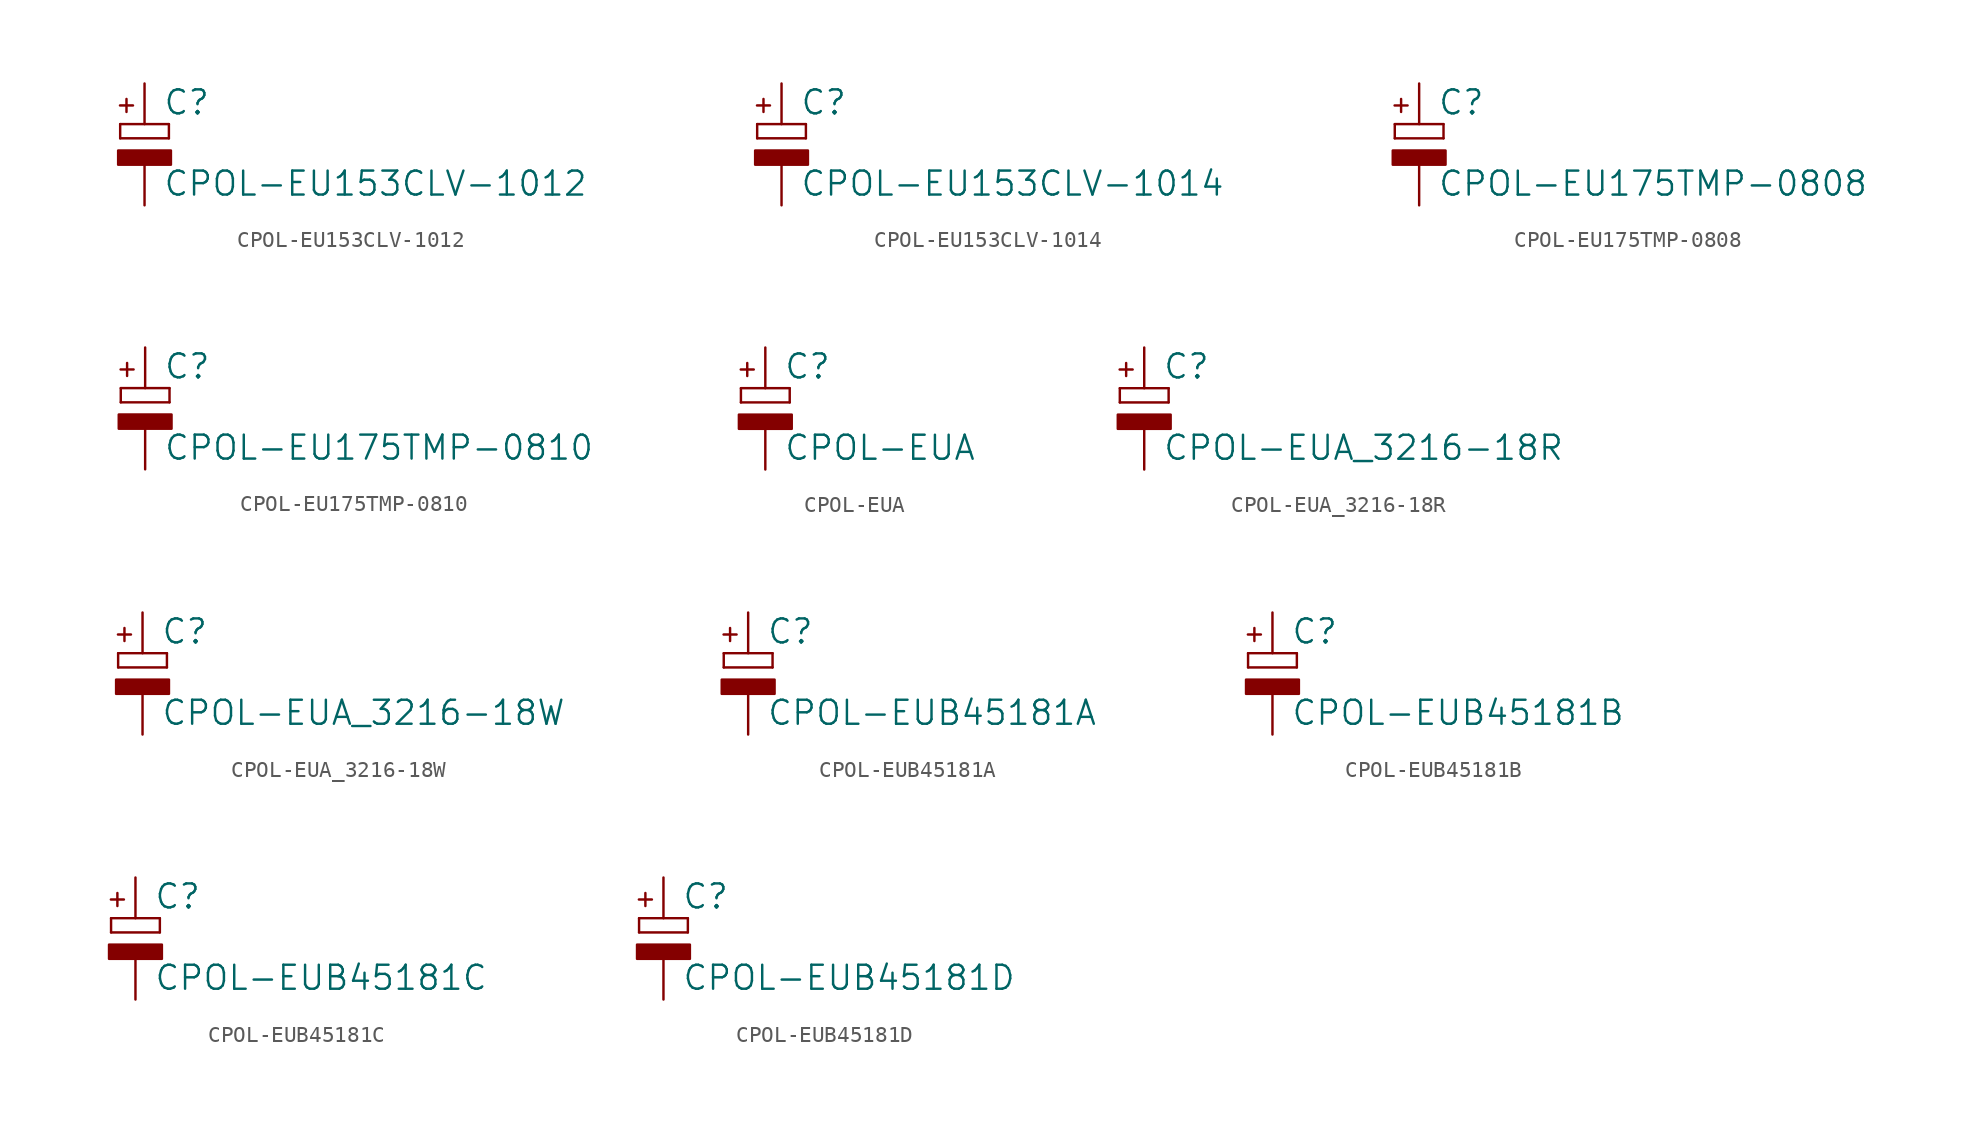
<source format=kicad_sym>
(kicad_symbol_lib
  (version 20211014)
  (generator kicad_symbol_editor)
  (symbol "CPOL-EU153CLV-1012"
    (pin_names
      (offset 1.016))
    (property "Reference" "C"
      (at 1.143 0.483 0)
      (effects (font (size 1.499 1.499)) (justify left bottom)))
    (property "Value" "CPOL-EU153CLV-1012"
      (at 1.143 -4.597 0)
      (effects (font (size 1.499 1.499)) (justify left bottom)))
    (property "ki_locked" ""
      (at 0 0 0)
      (effects (font (size 1.27 1.27))))
    (symbol "CPOL-EU153CLV-1012_1_0"
      (rectangle (start -1.651 -2.54) (end 1.651 -1.651) (stroke (width 0) (type default) (color 0 0 0 0)) (fill (type outline)))
      (polyline (pts (xy -1.524 -0.889) (xy 1.524 -0.889)) (stroke (width 0) (type default) (color 0 0 0 0)) (fill (type none)))
      (polyline (pts (xy -1.524 0) (xy -1.524 -0.889)) (stroke (width 0) (type default) (color 0 0 0 0)) (fill (type none)))
      (polyline (pts (xy -1.524 0) (xy 1.524 0)) (stroke (width 0) (type default) (color 0 0 0 0)) (fill (type none)))
      (polyline (pts (xy 1.524 -0.889) (xy 1.524 0)) (stroke (width 0) (type default) (color 0 0 0 0)) (fill (type none)))
      (text "+" (at -0.584 0.406 900) (effects (font (size 1.067 1.067)) (justify left bottom)))
      (pin passive line (at 0 2.54 270) (length 2.54) (name "+" (effects (font (size 0 0)))) (number "+" (effects (font (size 0 0)))))
      (pin passive line (at 0 -5.08 90) (length 2.54) (name "-" (effects (font (size 0 0)))) (number "-" (effects (font (size 0 0)))))))
  (symbol "CPOL-EU153CLV-1014"
    (pin_names
      (offset 1.016))
    (property "Reference" "C"
      (at 1.143 0.483 0)
      (effects (font (size 1.499 1.499)) (justify left bottom)))
    (property "Value" "CPOL-EU153CLV-1014"
      (at 1.143 -4.597 0)
      (effects (font (size 1.499 1.499)) (justify left bottom)))
    (property "ki_locked" ""
      (at 0 0 0)
      (effects (font (size 1.27 1.27))))
    (symbol "CPOL-EU153CLV-1014_1_0"
      (rectangle (start -1.651 -2.54) (end 1.651 -1.651) (stroke (width 0) (type default) (color 0 0 0 0)) (fill (type outline)))
      (polyline (pts (xy -1.524 -0.889) (xy 1.524 -0.889)) (stroke (width 0) (type default) (color 0 0 0 0)) (fill (type none)))
      (polyline (pts (xy -1.524 0) (xy -1.524 -0.889)) (stroke (width 0) (type default) (color 0 0 0 0)) (fill (type none)))
      (polyline (pts (xy -1.524 0) (xy 1.524 0)) (stroke (width 0) (type default) (color 0 0 0 0)) (fill (type none)))
      (polyline (pts (xy 1.524 -0.889) (xy 1.524 0)) (stroke (width 0) (type default) (color 0 0 0 0)) (fill (type none)))
      (text "+" (at -0.584 0.406 900) (effects (font (size 1.067 1.067)) (justify left bottom)))
      (pin passive line (at 0 2.54 270) (length 2.54) (name "+" (effects (font (size 0 0)))) (number "+" (effects (font (size 0 0)))))
      (pin passive line (at 0 -5.08 90) (length 2.54) (name "-" (effects (font (size 0 0)))) (number "-" (effects (font (size 0 0)))))))
  (symbol "CPOL-EU175TMP-0808"
    (pin_names
      (offset 1.016))
    (property "Reference" "C"
      (at 1.143 0.483 0)
      (effects (font (size 1.499 1.499)) (justify left bottom)))
    (property "Value" "CPOL-EU175TMP-0808"
      (at 1.143 -4.597 0)
      (effects (font (size 1.499 1.499)) (justify left bottom)))
    (property "ki_locked" ""
      (at 0 0 0)
      (effects (font (size 1.27 1.27))))
    (symbol "CPOL-EU175TMP-0808_1_0"
      (rectangle (start -1.651 -2.54) (end 1.651 -1.651) (stroke (width 0) (type default) (color 0 0 0 0)) (fill (type outline)))
      (polyline (pts (xy -1.524 -0.889) (xy 1.524 -0.889)) (stroke (width 0) (type default) (color 0 0 0 0)) (fill (type none)))
      (polyline (pts (xy -1.524 0) (xy -1.524 -0.889)) (stroke (width 0) (type default) (color 0 0 0 0)) (fill (type none)))
      (polyline (pts (xy -1.524 0) (xy 1.524 0)) (stroke (width 0) (type default) (color 0 0 0 0)) (fill (type none)))
      (polyline (pts (xy 1.524 -0.889) (xy 1.524 0)) (stroke (width 0) (type default) (color 0 0 0 0)) (fill (type none)))
      (text "+" (at -0.584 0.406 900) (effects (font (size 1.067 1.067)) (justify left bottom)))
      (pin passive line (at 0 2.54 270) (length 2.54) (name "+" (effects (font (size 0 0)))) (number "+" (effects (font (size 0 0)))))
      (pin passive line (at 0 -5.08 90) (length 2.54) (name "-" (effects (font (size 0 0)))) (number "-" (effects (font (size 0 0)))))))
  (symbol "CPOL-EU175TMP-0810"
    (pin_names
      (offset 1.016))
    (property "Reference" "C"
      (at 1.143 0.483 0)
      (effects (font (size 1.499 1.499)) (justify left bottom)))
    (property "Value" "CPOL-EU175TMP-0810"
      (at 1.143 -4.597 0)
      (effects (font (size 1.499 1.499)) (justify left bottom)))
    (property "ki_locked" ""
      (at 0 0 0)
      (effects (font (size 1.27 1.27))))
    (symbol "CPOL-EU175TMP-0810_1_0"
      (rectangle (start -1.651 -2.54) (end 1.651 -1.651) (stroke (width 0) (type default) (color 0 0 0 0)) (fill (type outline)))
      (polyline (pts (xy -1.524 -0.889) (xy 1.524 -0.889)) (stroke (width 0) (type default) (color 0 0 0 0)) (fill (type none)))
      (polyline (pts (xy -1.524 0) (xy -1.524 -0.889)) (stroke (width 0) (type default) (color 0 0 0 0)) (fill (type none)))
      (polyline (pts (xy -1.524 0) (xy 1.524 0)) (stroke (width 0) (type default) (color 0 0 0 0)) (fill (type none)))
      (polyline (pts (xy 1.524 -0.889) (xy 1.524 0)) (stroke (width 0) (type default) (color 0 0 0 0)) (fill (type none)))
      (text "+" (at -0.584 0.406 900) (effects (font (size 1.067 1.067)) (justify left bottom)))
      (pin passive line (at 0 2.54 270) (length 2.54) (name "+" (effects (font (size 0 0)))) (number "+" (effects (font (size 0 0)))))
      (pin passive line (at 0 -5.08 90) (length 2.54) (name "-" (effects (font (size 0 0)))) (number "-" (effects (font (size 0 0)))))))
  (symbol "CPOL-EUA"
    (pin_names
      (offset 1.016))
    (property "Reference" "C"
      (at 1.143 0.483 0)
      (effects (font (size 1.499 1.499)) (justify left bottom)))
    (property "Value" "CPOL-EUA"
      (at 1.143 -4.597 0)
      (effects (font (size 1.499 1.499)) (justify left bottom)))
    (property "ki_locked" ""
      (at 0 0 0)
      (effects (font (size 1.27 1.27))))
    (symbol "CPOL-EUA_1_0"
      (rectangle (start -1.651 -2.54) (end 1.651 -1.651) (stroke (width 0) (type default) (color 0 0 0 0)) (fill (type outline)))
      (polyline (pts (xy -1.524 -0.889) (xy 1.524 -0.889)) (stroke (width 0) (type default) (color 0 0 0 0)) (fill (type none)))
      (polyline (pts (xy -1.524 0) (xy -1.524 -0.889)) (stroke (width 0) (type default) (color 0 0 0 0)) (fill (type none)))
      (polyline (pts (xy -1.524 0) (xy 1.524 0)) (stroke (width 0) (type default) (color 0 0 0 0)) (fill (type none)))
      (polyline (pts (xy 1.524 -0.889) (xy 1.524 0)) (stroke (width 0) (type default) (color 0 0 0 0)) (fill (type none)))
      (text "+" (at -0.584 0.406 900) (effects (font (size 1.067 1.067)) (justify left bottom)))
      (pin passive line (at 0 2.54 270) (length 2.54) (name "+" (effects (font (size 0 0)))) (number "+" (effects (font (size 0 0)))))
      (pin passive line (at 0 -5.08 90) (length 2.54) (name "-" (effects (font (size 0 0)))) (number "-" (effects (font (size 0 0)))))))
  (symbol "CPOL-EUA_3216-18R"
    (pin_names
      (offset 1.016))
    (property "Reference" "C"
      (at 1.143 0.483 0)
      (effects (font (size 1.499 1.499)) (justify left bottom)))
    (property "Value" "CPOL-EUA_3216-18R"
      (at 1.143 -4.597 0)
      (effects (font (size 1.499 1.499)) (justify left bottom)))
    (property "ki_locked" ""
      (at 0 0 0)
      (effects (font (size 1.27 1.27))))
    (symbol "CPOL-EUA_3216-18R_1_0"
      (rectangle (start -1.651 -2.54) (end 1.651 -1.651) (stroke (width 0) (type default) (color 0 0 0 0)) (fill (type outline)))
      (polyline (pts (xy -1.524 -0.889) (xy 1.524 -0.889)) (stroke (width 0) (type default) (color 0 0 0 0)) (fill (type none)))
      (polyline (pts (xy -1.524 0) (xy -1.524 -0.889)) (stroke (width 0) (type default) (color 0 0 0 0)) (fill (type none)))
      (polyline (pts (xy -1.524 0) (xy 1.524 0)) (stroke (width 0) (type default) (color 0 0 0 0)) (fill (type none)))
      (polyline (pts (xy 1.524 -0.889) (xy 1.524 0)) (stroke (width 0) (type default) (color 0 0 0 0)) (fill (type none)))
      (text "+" (at -0.584 0.406 900) (effects (font (size 1.067 1.067)) (justify left bottom)))
      (pin passive line (at 0 2.54 270) (length 2.54) (name "+" (effects (font (size 0 0)))) (number "+" (effects (font (size 0 0)))))
      (pin passive line (at 0 -5.08 90) (length 2.54) (name "-" (effects (font (size 0 0)))) (number "-" (effects (font (size 0 0)))))))
  (symbol "CPOL-EUA_3216-18W"
    (pin_names
      (offset 1.016))
    (property "Reference" "C"
      (at 1.143 0.483 0)
      (effects (font (size 1.499 1.499)) (justify left bottom)))
    (property "Value" "CPOL-EUA_3216-18W"
      (at 1.143 -4.597 0)
      (effects (font (size 1.499 1.499)) (justify left bottom)))
    (property "ki_locked" ""
      (at 0 0 0)
      (effects (font (size 1.27 1.27))))
    (symbol "CPOL-EUA_3216-18W_1_0"
      (rectangle (start -1.651 -2.54) (end 1.651 -1.651) (stroke (width 0) (type default) (color 0 0 0 0)) (fill (type outline)))
      (polyline (pts (xy -1.524 -0.889) (xy 1.524 -0.889)) (stroke (width 0) (type default) (color 0 0 0 0)) (fill (type none)))
      (polyline (pts (xy -1.524 0) (xy -1.524 -0.889)) (stroke (width 0) (type default) (color 0 0 0 0)) (fill (type none)))
      (polyline (pts (xy -1.524 0) (xy 1.524 0)) (stroke (width 0) (type default) (color 0 0 0 0)) (fill (type none)))
      (polyline (pts (xy 1.524 -0.889) (xy 1.524 0)) (stroke (width 0) (type default) (color 0 0 0 0)) (fill (type none)))
      (text "+" (at -0.584 0.406 900) (effects (font (size 1.067 1.067)) (justify left bottom)))
      (pin passive line (at 0 2.54 270) (length 2.54) (name "+" (effects (font (size 0 0)))) (number "+" (effects (font (size 0 0)))))
      (pin passive line (at 0 -5.08 90) (length 2.54) (name "-" (effects (font (size 0 0)))) (number "-" (effects (font (size 0 0)))))))
  (symbol "CPOL-EUB45181A"
    (pin_names
      (offset 1.016))
    (property "Reference" "C"
      (at 1.143 0.483 0)
      (effects (font (size 1.499 1.499)) (justify left bottom)))
    (property "Value" "CPOL-EUB45181A"
      (at 1.143 -4.597 0)
      (effects (font (size 1.499 1.499)) (justify left bottom)))
    (property "ki_locked" ""
      (at 0 0 0)
      (effects (font (size 1.27 1.27))))
    (symbol "CPOL-EUB45181A_1_0"
      (rectangle (start -1.651 -2.54) (end 1.651 -1.651) (stroke (width 0) (type default) (color 0 0 0 0)) (fill (type outline)))
      (polyline (pts (xy -1.524 -0.889) (xy 1.524 -0.889)) (stroke (width 0) (type default) (color 0 0 0 0)) (fill (type none)))
      (polyline (pts (xy -1.524 0) (xy -1.524 -0.889)) (stroke (width 0) (type default) (color 0 0 0 0)) (fill (type none)))
      (polyline (pts (xy -1.524 0) (xy 1.524 0)) (stroke (width 0) (type default) (color 0 0 0 0)) (fill (type none)))
      (polyline (pts (xy 1.524 -0.889) (xy 1.524 0)) (stroke (width 0) (type default) (color 0 0 0 0)) (fill (type none)))
      (text "+" (at -0.584 0.406 900) (effects (font (size 1.067 1.067)) (justify left bottom)))
      (pin passive line (at 0 2.54 270) (length 2.54) (name "+" (effects (font (size 0 0)))) (number "+" (effects (font (size 0 0)))))
      (pin passive line (at 0 -5.08 90) (length 2.54) (name "-" (effects (font (size 0 0)))) (number "-" (effects (font (size 0 0)))))))
  (symbol "CPOL-EUB45181B"
    (pin_names
      (offset 1.016))
    (property "Reference" "C"
      (at 1.143 0.483 0)
      (effects (font (size 1.499 1.499)) (justify left bottom)))
    (property "Value" "CPOL-EUB45181B"
      (at 1.143 -4.597 0)
      (effects (font (size 1.499 1.499)) (justify left bottom)))
    (property "ki_locked" ""
      (at 0 0 0)
      (effects (font (size 1.27 1.27))))
    (symbol "CPOL-EUB45181B_1_0"
      (rectangle (start -1.651 -2.54) (end 1.651 -1.651) (stroke (width 0) (type default) (color 0 0 0 0)) (fill (type outline)))
      (polyline (pts (xy -1.524 -0.889) (xy 1.524 -0.889)) (stroke (width 0) (type default) (color 0 0 0 0)) (fill (type none)))
      (polyline (pts (xy -1.524 0) (xy -1.524 -0.889)) (stroke (width 0) (type default) (color 0 0 0 0)) (fill (type none)))
      (polyline (pts (xy -1.524 0) (xy 1.524 0)) (stroke (width 0) (type default) (color 0 0 0 0)) (fill (type none)))
      (polyline (pts (xy 1.524 -0.889) (xy 1.524 0)) (stroke (width 0) (type default) (color 0 0 0 0)) (fill (type none)))
      (text "+" (at -0.584 0.406 900) (effects (font (size 1.067 1.067)) (justify left bottom)))
      (pin passive line (at 0 2.54 270) (length 2.54) (name "+" (effects (font (size 0 0)))) (number "+" (effects (font (size 0 0)))))
      (pin passive line (at 0 -5.08 90) (length 2.54) (name "-" (effects (font (size 0 0)))) (number "-" (effects (font (size 0 0)))))))
  (symbol "CPOL-EUB45181C"
    (pin_names
      (offset 1.016))
    (property "Reference" "C"
      (at 1.143 0.483 0)
      (effects (font (size 1.499 1.499)) (justify left bottom)))
    (property "Value" "CPOL-EUB45181C"
      (at 1.143 -4.597 0)
      (effects (font (size 1.499 1.499)) (justify left bottom)))
    (property "ki_locked" ""
      (at 0 0 0)
      (effects (font (size 1.27 1.27))))
    (symbol "CPOL-EUB45181C_1_0"
      (rectangle (start -1.651 -2.54) (end 1.651 -1.651) (stroke (width 0) (type default) (color 0 0 0 0)) (fill (type outline)))
      (polyline (pts (xy -1.524 -0.889) (xy 1.524 -0.889)) (stroke (width 0) (type default) (color 0 0 0 0)) (fill (type none)))
      (polyline (pts (xy -1.524 0) (xy -1.524 -0.889)) (stroke (width 0) (type default) (color 0 0 0 0)) (fill (type none)))
      (polyline (pts (xy -1.524 0) (xy 1.524 0)) (stroke (width 0) (type default) (color 0 0 0 0)) (fill (type none)))
      (polyline (pts (xy 1.524 -0.889) (xy 1.524 0)) (stroke (width 0) (type default) (color 0 0 0 0)) (fill (type none)))
      (text "+" (at -0.584 0.406 900) (effects (font (size 1.067 1.067)) (justify left bottom)))
      (pin passive line (at 0 2.54 270) (length 2.54) (name "+" (effects (font (size 0 0)))) (number "+" (effects (font (size 0 0)))))
      (pin passive line (at 0 -5.08 90) (length 2.54) (name "-" (effects (font (size 0 0)))) (number "-" (effects (font (size 0 0)))))))
  (symbol "CPOL-EUB45181D"
    (pin_names
      (offset 1.016))
    (property "Reference" "C"
      (at 1.143 0.483 0)
      (effects (font (size 1.499 1.499)) (justify left bottom)))
    (property "Value" "CPOL-EUB45181D"
      (at 1.143 -4.597 0)
      (effects (font (size 1.499 1.499)) (justify left bottom)))
    (property "ki_locked" ""
      (at 0 0 0)
      (effects (font (size 1.27 1.27))))
    (symbol "CPOL-EUB45181D_1_0"
      (rectangle (start -1.651 -2.54) (end 1.651 -1.651) (stroke (width 0) (type default) (color 0 0 0 0)) (fill (type outline)))
      (polyline (pts (xy -1.524 -0.889) (xy 1.524 -0.889)) (stroke (width 0) (type default) (color 0 0 0 0)) (fill (type none)))
      (polyline (pts (xy -1.524 0) (xy -1.524 -0.889)) (stroke (width 0) (type default) (color 0 0 0 0)) (fill (type none)))
      (polyline (pts (xy -1.524 0) (xy 1.524 0)) (stroke (width 0) (type default) (color 0 0 0 0)) (fill (type none)))
      (polyline (pts (xy 1.524 -0.889) (xy 1.524 0)) (stroke (width 0) (type default) (color 0 0 0 0)) (fill (type none)))
      (text "+" (at -0.584 0.406 900) (effects (font (size 1.067 1.067)) (justify left bottom)))
      (pin passive line (at 0 2.54 270) (length 2.54) (name "+" (effects (font (size 0 0)))) (number "+" (effects (font (size 0 0)))))
      (pin passive line (at 0 -5.08 90) (length 2.54) (name "-" (effects (font (size 0 0)))) (number "-" (effects (font (size 0 0))))))))
</source>
